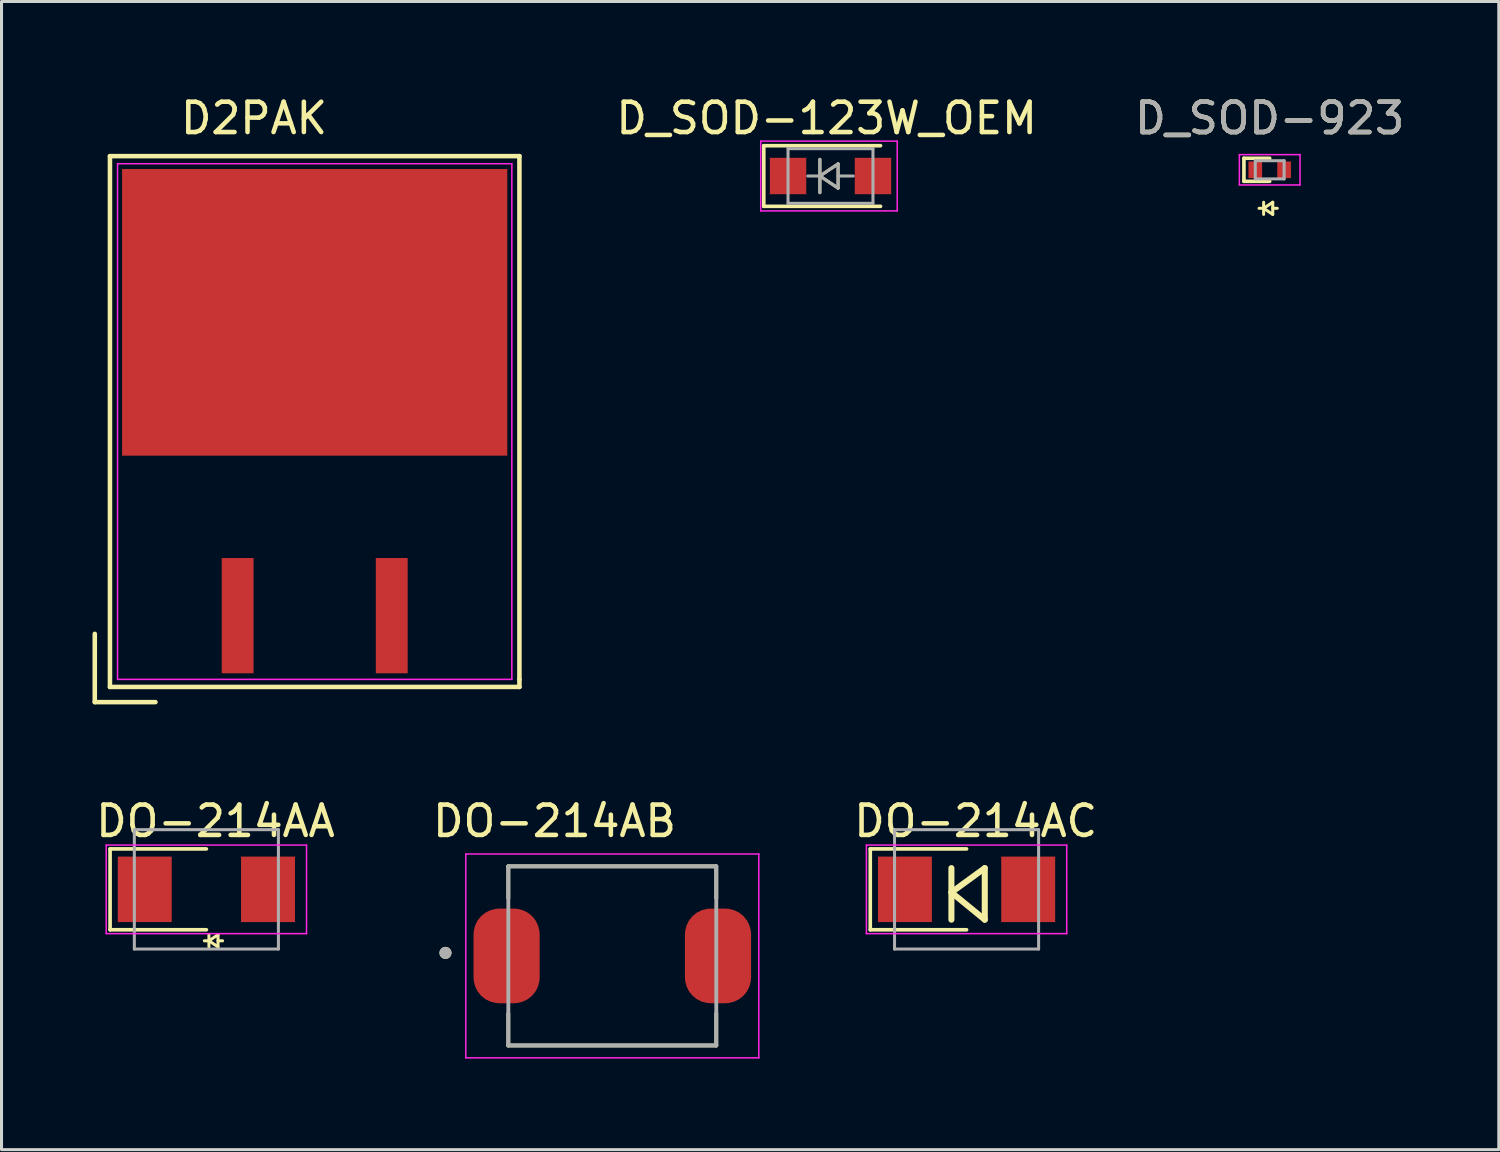
<source format=kicad_pcb>
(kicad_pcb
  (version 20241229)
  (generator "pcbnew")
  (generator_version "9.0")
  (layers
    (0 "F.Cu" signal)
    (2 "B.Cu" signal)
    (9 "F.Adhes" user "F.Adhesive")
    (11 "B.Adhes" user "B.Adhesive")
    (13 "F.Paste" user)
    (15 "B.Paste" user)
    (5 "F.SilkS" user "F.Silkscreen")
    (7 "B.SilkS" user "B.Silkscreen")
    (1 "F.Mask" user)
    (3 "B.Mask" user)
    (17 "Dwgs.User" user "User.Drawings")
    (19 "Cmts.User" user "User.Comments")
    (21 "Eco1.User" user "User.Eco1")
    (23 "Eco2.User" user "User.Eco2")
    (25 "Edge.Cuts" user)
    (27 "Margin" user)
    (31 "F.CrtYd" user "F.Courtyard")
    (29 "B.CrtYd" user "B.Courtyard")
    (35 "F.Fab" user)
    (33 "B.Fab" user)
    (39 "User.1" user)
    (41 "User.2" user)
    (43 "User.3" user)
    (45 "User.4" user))
  (footprint "DO-214AB"
    (layer "F.Cu")
    (at 17.137 28.466)
    (property "Reference" "DO-214AB" (at -1.905 -4.445 0) (layer "F.SilkS") (effects (font (size 1 1) (thickness 0.15))))
    (attr through_hole)
    (fp_line (start -3.428 -2.953) (end 3.428 -2.953) (stroke (width 0.127) (type solid)) (layer "F.SilkS"))
    (fp_line (start -3.428 -1.9) (end -3.428 -2.953) (stroke (width 0.127) (type solid)) (layer "F.SilkS"))
    (fp_line (start -3.428 1.9) (end -3.428 2.953) (stroke (width 0.127) (type solid)) (layer "F.SilkS"))
    (fp_line (start -3.428 2.953) (end 3.428 2.953) (stroke (width 0.127) (type solid)) (layer "F.SilkS"))
    (fp_line (start 3.428 -2.953) (end 3.428 -1.9) (stroke (width 0.127) (type solid)) (layer "F.SilkS"))
    (fp_line (start 3.428 2.953) (end 3.428 1.9) (stroke (width 0.127) (type solid)) (layer "F.SilkS"))
    (fp_circle (center -5.5 -0.1) (end -5.4 -0.1) (stroke (width 0.2) (type solid)) (fill no) (layer "F.SilkS"))
    (fp_line (start -4.83 -3.36) (end 4.83 -3.36) (stroke (width 0.05) (type solid)) (layer "F.CrtYd"))
    (fp_line (start -4.83 3.36) (end -4.83 -3.36) (stroke (width 0.05) (type solid)) (layer "F.CrtYd"))
    (fp_line (start 4.83 -3.36) (end 4.83 3.36) (stroke (width 0.05) (type solid)) (layer "F.CrtYd"))
    (fp_line (start 4.83 3.36) (end -4.83 3.36) (stroke (width 0.05) (type solid)) (layer "F.CrtYd"))
    (fp_line (start -3.428 -2.953) (end 3.428 -2.953) (stroke (width 0.127) (type solid)) (layer "F.Fab"))
    (fp_line (start -3.428 2.953) (end -3.428 -2.953) (stroke (width 0.127) (type solid)) (layer "F.Fab"))
    (fp_line (start 3.428 -2.953) (end 3.428 2.953) (stroke (width 0.127) (type solid)) (layer "F.Fab"))
    (fp_line (start 3.428 2.953) (end -3.428 2.953) (stroke (width 0.127) (type solid)) (layer "F.Fab"))
    (fp_circle (center -5.5 -0.1) (end -5.4 -0.1) (stroke (width 0.2) (type solid)) (fill no) (layer "F.Fab"))
    (pad "1" smd roundrect (at -3.485 0) (size 2.18 3.12) (layers "F.Cu" "F.Mask" "F.Paste") (roundrect_rratio 0.39))
    (pad "2" smd roundrect (at 3.485 0) (size 2.18 3.12) (layers "F.Cu" "F.Mask" "F.Paste") (roundrect_rratio 0.39)))
  (footprint "DO-214AA"
    (layer "F.Cu")
    (at 3.754 26.271)
    (property "Reference" "DO-214AA" (at 0.3 -2.25 0) (layer "F.SilkS") (effects (font (size 1 1) (thickness 0.15))))
    (attr smd)
    (fp_line (start -3.175 -1.333) (end -3.175 1.333) (stroke (width 0.12) (type solid)) (layer "F.SilkS"))
    (fp_line (start -3.175 -1.333) (end 0 -1.333) (stroke (width 0.12) (type solid)) (layer "F.SilkS"))
    (fp_line (start -3.175 1.333) (end 0 1.333) (stroke (width 0.12) (type solid)) (layer "F.SilkS"))
    (fp_line (start 0.084 1.696) (end -0.066 1.696) (stroke (width 0.1) (type solid)) (layer "F.SilkS"))
    (fp_line (start 0.084 1.696) (end 0.384 1.896) (stroke (width 0.1) (type solid)) (layer "F.SilkS"))
    (fp_line (start 0.084 1.896) (end 0.084 1.496) (stroke (width 0.1) (type solid)) (layer "F.SilkS"))
    (fp_line (start 0.384 1.496) (end 0.084 1.696) (stroke (width 0.1) (type solid)) (layer "F.SilkS"))
    (fp_line (start 0.384 1.696) (end 0.534 1.696) (stroke (width 0.1) (type solid)) (layer "F.SilkS"))
    (fp_line (start 0.384 1.896) (end 0.384 1.496) (stroke (width 0.1) (type solid)) (layer "F.SilkS"))
    (fp_line (start -3.302 -1.46) (end -3.302 1.46) (stroke (width 0.05) (type solid)) (layer "F.CrtYd"))
    (fp_line (start -3.302 -1.46) (end 3.302 -1.46) (stroke (width 0.05) (type solid)) (layer "F.CrtYd"))
    (fp_line (start -3.302 1.46) (end 3.302 1.46) (stroke (width 0.05) (type solid)) (layer "F.CrtYd"))
    (fp_line (start 3.302 -1.46) (end 3.302 1.46) (stroke (width 0.05) (type solid)) (layer "F.CrtYd"))
    (fp_line (start -2.375 -1.968) (end -2.375 1.968) (stroke (width 0.1) (type solid)) (layer "F.Fab"))
    (fp_line (start -2.375 -1.968) (end 2.375 -1.968) (stroke (width 0.1) (type solid)) (layer "F.Fab"))
    (fp_line (start 2.375 -1.968) (end 2.375 1.968) (stroke (width 0.1) (type solid)) (layer "F.Fab"))
    (fp_line (start 2.375 1.968) (end -2.375 1.968) (stroke (width 0.1) (type solid)) (layer "F.Fab"))
    (pad "1" smd rect (at -2.032 0 180) (size 1.778 2.159) (layers "F.Cu" "F.Mask" "F.Paste"))
    (pad "2" smd rect (at 2.032 0 180) (size 1.778 2.159) (layers "F.Cu" "F.Mask" "F.Paste")))
  (footprint "DO-214AC"
    (layer "F.Cu")
    (at 28.817 26.271)
    (property "Reference" "DO-214AC" (at 0.3 -2.25 0) (layer "F.SilkS") (effects (font (size 1 1) (thickness 0.15))))
    (attr smd)
    (fp_line (start -3.175 -1.333) (end -3.175 1.333) (stroke (width 0.12) (type solid)) (layer "F.SilkS"))
    (fp_line (start -3.175 -1.333) (end 0 -1.333) (stroke (width 0.12) (type solid)) (layer "F.SilkS"))
    (fp_line (start -3.175 1.333) (end 0 1.333) (stroke (width 0.12) (type solid)) (layer "F.SilkS"))
    (fp_line (start -0.5 -0.7) (end -0.5 1) (stroke (width 0.2) (type solid)) (layer "F.SilkS"))
    (fp_line (start -0.5 0.1) (end 0.6 -0.7) (stroke (width 0.2) (type solid)) (layer "F.SilkS"))
    (fp_line (start 0.6 -0.7) (end 0.6 1) (stroke (width 0.2) (type solid)) (layer "F.SilkS"))
    (fp_line (start 0.6 1) (end -0.5 0.1) (stroke (width 0.2) (type solid)) (layer "F.SilkS"))
    (fp_line (start -3.302 -1.46) (end -3.302 1.46) (stroke (width 0.05) (type solid)) (layer "F.CrtYd"))
    (fp_line (start -3.302 -1.46) (end 3.302 -1.46) (stroke (width 0.05) (type solid)) (layer "F.CrtYd"))
    (fp_line (start -3.302 1.46) (end 3.302 1.46) (stroke (width 0.05) (type solid)) (layer "F.CrtYd"))
    (fp_line (start 3.302 -1.46) (end 3.302 1.46) (stroke (width 0.05) (type solid)) (layer "F.CrtYd"))
    (fp_line (start -2.375 -1.968) (end -2.375 1.968) (stroke (width 0.1) (type solid)) (layer "F.Fab"))
    (fp_line (start -2.375 -1.968) (end 2.375 -1.968) (stroke (width 0.1) (type solid)) (layer "F.Fab"))
    (fp_line (start 2.375 -1.968) (end 2.375 1.968) (stroke (width 0.1) (type solid)) (layer "F.Fab"))
    (fp_line (start 2.375 1.968) (end -2.375 1.968) (stroke (width 0.1) (type solid)) (layer "F.Fab"))
    (pad "1" smd rect (at -2.032 0 180) (size 1.778 2.159) (layers "F.Cu" "F.Mask" "F.Paste"))
    (pad "2" smd rect (at 2.032 0 180) (size 1.778 2.159) (layers "F.Cu" "F.Mask" "F.Paste")))
  (footprint "D_SOD-923"
    (layer "F.Cu")
    (at 38.811 2.548)
    (property "Reference" "D_SOD-923" (at 0 -1.7 0) (layer "F.SilkS") (effects (font (size 1 1) (thickness 0.15))))
    (attr smd)
    (fp_line (start -0.85 -0.38) (end -0.85 0.38) (stroke (width 0.12) (type solid)) (layer "F.SilkS"))
    (fp_line (start -0.85 -0.38) (end 0 -0.38) (stroke (width 0.12) (type solid)) (layer "F.SilkS"))
    (fp_line (start -0.85 0.38) (end 0 0.38) (stroke (width 0.12) (type solid)) (layer "F.SilkS"))
    (fp_line (start -0.2 1.27) (end -0.35 1.27) (stroke (width 0.1) (type solid)) (layer "F.SilkS"))
    (fp_line (start -0.2 1.27) (end 0.1 1.47) (stroke (width 0.1) (type solid)) (layer "F.SilkS"))
    (fp_line (start -0.2 1.47) (end -0.2 1.07) (stroke (width 0.1) (type solid)) (layer "F.SilkS"))
    (fp_line (start 0.1 1.07) (end -0.2 1.27) (stroke (width 0.1) (type solid)) (layer "F.SilkS"))
    (fp_line (start 0.1 1.27) (end 0.25 1.27) (stroke (width 0.1) (type solid)) (layer "F.SilkS"))
    (fp_line (start 0.1 1.47) (end 0.1 1.07) (stroke (width 0.1) (type solid)) (layer "F.SilkS"))
    (fp_line (start -1 -0.5) (end -1 0.5) (stroke (width 0.05) (type solid)) (layer "F.CrtYd"))
    (fp_line (start -1 -0.5) (end 1 -0.5) (stroke (width 0.05) (type solid)) (layer "F.CrtYd"))
    (fp_line (start 1 -0.5) (end 1 0.5) (stroke (width 0.05) (type solid)) (layer "F.CrtYd"))
    (fp_line (start 1 0.5) (end -1 0.5) (stroke (width 0.05) (type solid)) (layer "F.CrtYd"))
    (fp_line (start -0.475 -0.3) (end 0.475 -0.3) (stroke (width 0.1) (type solid)) (layer "F.Fab"))
    (fp_line (start -0.475 0.3) (end -0.475 -0.3) (stroke (width 0.1) (type solid)) (layer "F.Fab"))
    (fp_line (start 0.475 0.3) (end -0.475 0.3) (stroke (width 0.1) (type solid)) (layer "F.Fab"))
    (fp_line (start 0.475 0.3) (end 0.475 -0.3) (stroke (width 0.1) (type solid)) (layer "F.Fab"))
    (fp_text user "${REFERENCE}" (at 0 -1.7 0) (layer "F.Fab") (effects (font (size 1 1) (thickness 0.15))))
    (pad "1" smd rect (at -0.475 0) (size 0.45 0.55) (layers "F.Cu" "F.Mask" "F.Paste"))
    (pad "2" smd rect (at 0.475 0) (size 0.45 0.55) (layers "F.Cu" "F.Mask" "F.Paste")))
  (footprint "D2PAK"
    (layer "F.Cu")
    (at 7.325 10.848)
    (property "Reference" "D2PAK" (at -2 -10 180) (layer "F.SilkS") (effects (font (size 1 1) (thickness 0.15))))
    (attr smd)
    (fp_line (start -7.25 7) (end -7.25 9.25) (stroke (width 0.15) (type solid)) (layer "F.SilkS"))
    (fp_line (start -7.25 9.25) (end -5.25 9.25) (stroke (width 0.15) (type solid)) (layer "F.SilkS"))
    (fp_line (start -6.75 -8.75) (end -6.75 8.75) (stroke (width 0.15) (type solid)) (layer "F.SilkS"))
    (fp_line (start -6.75 8.75) (end 6.75 8.75) (stroke (width 0.15) (type solid)) (layer "F.SilkS"))
    (fp_line (start 6.75 -8.75) (end -6.75 -8.75) (stroke (width 0.15) (type solid)) (layer "F.SilkS"))
    (fp_line (start 6.75 8.5) (end 6.75 -8.75) (stroke (width 0.15) (type solid)) (layer "F.SilkS"))
    (fp_line (start 6.75 8.75) (end 6.75 8.5) (stroke (width 0.15) (type solid)) (layer "F.SilkS"))
    (fp_line (start -6.5 -8.5) (end 6.5 -8.5) (stroke (width 0.05) (type solid)) (layer "F.CrtYd"))
    (fp_line (start -6.5 8.5) (end -6.5 -8.5) (stroke (width 0.05) (type solid)) (layer "F.CrtYd"))
    (fp_line (start 6.5 -8.5) (end 6.5 8.5) (stroke (width 0.05) (type solid)) (layer "F.CrtYd"))
    (fp_line (start 6.5 8.5) (end -6.5 8.5) (stroke (width 0.05) (type solid)) (layer "F.CrtYd"))
    (pad "1" smd rect (at -2.54 6.4) (size 1.05 3.8) (layers "F.Cu" "F.Mask" "F.Paste"))
    (pad "2" smd rect (at 0 -3.6) (size 12.7 9.45) (layers "F.Cu" "F.Mask" "F.Paste"))
    (pad "3" smd rect (at 2.54 6.4) (size 1.05 3.8) (layers "F.Cu" "F.Mask" "F.Paste")))
  (footprint "D_SOD-123W_OEM"
    (layer "F.Cu")
    (at 24.331 2.753)
    (property "Reference" "D_SOD-123W_OEM" (at -0.127 -1.905 0) (layer "F.SilkS") (effects (font (size 1 1) (thickness 0.15))))
    (attr smd)
    (fp_line (start -2.2 -1) (end -2.2 1) (stroke (width 0.12) (type solid)) (layer "F.SilkS"))
    (fp_line (start -2.2 -1) (end 1.65 -1) (stroke (width 0.12) (type solid)) (layer "F.SilkS"))
    (fp_line (start -2.2 1) (end 1.65 1) (stroke (width 0.12) (type solid)) (layer "F.SilkS"))
    (fp_line (start -0.35 0) (end 0.25 -0.4) (stroke (width 0.1) (type solid)) (layer "F.SilkS"))
    (fp_line (start -0.35 0) (end 0.25 0.4) (stroke (width 0.1) (type solid)) (layer "F.SilkS"))
    (fp_line (start -0.35 0.55) (end -0.35 -0.55) (stroke (width 0.1) (type solid)) (layer "F.SilkS"))
    (fp_line (start 0.25 0.4) (end 0.25 -0.4) (stroke (width 0.1) (type solid)) (layer "F.SilkS"))
    (fp_line (start -2.3 -1.15) (end -2.3 1.15) (stroke (width 0.05) (type solid)) (layer "F.CrtYd"))
    (fp_line (start -2.3 -1.15) (end 2.2 -1.15) (stroke (width 0.05) (type solid)) (layer "F.CrtYd"))
    (fp_line (start 2.2 -1.15) (end 2.2 1.15) (stroke (width 0.05) (type solid)) (layer "F.CrtYd"))
    (fp_line (start 2.2 1.15) (end -2.3 1.15) (stroke (width 0.05) (type solid)) (layer "F.CrtYd"))
    (fp_line (start -1.4 -0.9) (end 1.4 -0.9) (stroke (width 0.1) (type solid)) (layer "F.Fab"))
    (fp_line (start -1.4 0.9) (end -1.4 -0.9) (stroke (width 0.1) (type solid)) (layer "F.Fab"))
    (fp_line (start -0.75 0) (end -0.35 0) (stroke (width 0.1) (type solid)) (layer "F.Fab"))
    (fp_line (start -0.35 0) (end -0.35 -0.55) (stroke (width 0.1) (type solid)) (layer "F.Fab"))
    (fp_line (start -0.35 0) (end -0.35 0.55) (stroke (width 0.1) (type solid)) (layer "F.Fab"))
    (fp_line (start -0.35 0) (end 0.25 -0.4) (stroke (width 0.1) (type solid)) (layer "F.Fab"))
    (fp_line (start 0.25 -0.4) (end 0.25 0.4) (stroke (width 0.1) (type solid)) (layer "F.Fab"))
    (fp_line (start 0.25 0) (end 0.75 0) (stroke (width 0.1) (type solid)) (layer "F.Fab"))
    (fp_line (start 0.25 0.4) (end -0.35 0) (stroke (width 0.1) (type solid)) (layer "F.Fab"))
    (fp_line (start 1.4 -0.9) (end 1.4 0.9) (stroke (width 0.1) (type solid)) (layer "F.Fab"))
    (fp_line (start 1.4 0.9) (end -1.4 0.9) (stroke (width 0.1) (type solid)) (layer "F.Fab"))
    (pad "1" smd rect (at -1.4 0) (size 1.2 1.2) (layers "F.Cu" "F.Mask" "F.Paste"))
    (pad "2" smd rect (at 1.4 0) (size 1.2 1.2) (layers "F.Cu" "F.Mask" "F.Paste")))
  (gr_rect
    (start -3 -3)
    (end 46.364 34.852)
    (stroke (width 0.1) (type default))
    (fill no)
    (layer "Edge.Cuts")))
</source>
